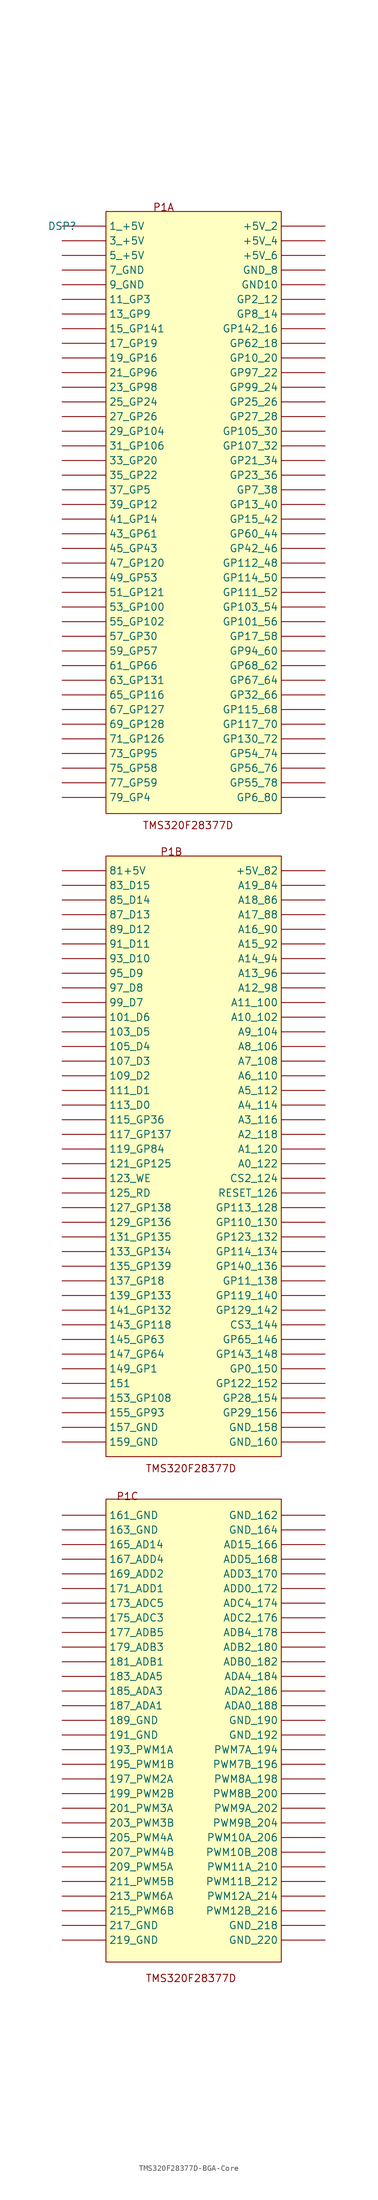
<source format=kicad_sym>
(kicad_symbol_lib
  (version 20220914)
  (generator kicad_symbol_editor)
  (symbol "TMS320F28377D-BGA-Core"
    (property "Reference" "DSP"
      (at 0 0 0)
      (effects (font (size 1.27 1.27))))
    (property "Value" ""
      (at 0 0 0)
      (effects (font (size 1.27 1.27))))
    (symbol "TMS320F28377D-BGA-Core_1_0"
      (rectangle (start 38.1 -220.726) (end 7.62 -300.99) (stroke (width 0) (type solid)) (fill (type background)))
      (rectangle (start 38.1 -109.22) (end 7.62 -213.36) (stroke (width 0) (type solid)) (fill (type background)))
      (rectangle (start 38.1 2.54) (end 7.62 -101.854) (stroke (width 0) (type solid)) (fill (type background)))
      (text "P1A" (at 15.748 2.54 0) (effects (font (size 1.27 1.27)) (justify left bottom)))
      (text "P1B" (at 17.018 -109.22 0) (effects (font (size 1.27 1.27)) (justify left bottom)))
      (text "P1C" (at 9.398 -220.98 0) (effects (font (size 1.27 1.27)) (justify left bottom)))
      (text "TMS320F28377D" (at 13.97 -104.648 0) (effects (font (size 1.27 1.27)) (justify left bottom)))
      (text "TMS320F28377D" (at 14.478 -304.546 0) (effects (font (size 1.27 1.27)) (justify left bottom)))
      (text "TMS320F28377D" (at 14.478 -216.154 0) (effects (font (size 1.27 1.27)) (justify left bottom)))
      (pin passive line (at 0 0 0) (length 7.62) (name "1_+5V" (effects (font (size 1.27 1.27)))) (number "1" (effects (font (size 0 0)))))
      (pin passive line (at 45.72 -10.16 180) (length 7.62) (name "GND10" (effects (font (size 1.27 1.27)))) (number "10" (effects (font (size 0 0)))))
      (pin passive line (at 45.72 -134.62 180) (length 7.62) (name "A11_100" (effects (font (size 1.27 1.27)))) (number "100" (effects (font (size 0 0)))))
      (pin passive line (at 0 -137.16 0) (length 7.62) (name "101_D6" (effects (font (size 1.27 1.27)))) (number "101" (effects (font (size 0 0)))))
      (pin passive line (at 45.72 -137.16 180) (length 7.62) (name "A10_102" (effects (font (size 1.27 1.27)))) (number "102" (effects (font (size 0 0)))))
      (pin passive line (at 0 -139.7 0) (length 7.62) (name "103_D5" (effects (font (size 1.27 1.27)))) (number "103" (effects (font (size 0 0)))))
      (pin passive line (at 45.72 -139.7 180) (length 7.62) (name "A9_104" (effects (font (size 1.27 1.27)))) (number "104" (effects (font (size 0 0)))))
      (pin passive line (at 0 -142.24 0) (length 7.62) (name "105_D4" (effects (font (size 1.27 1.27)))) (number "105" (effects (font (size 0 0)))))
      (pin passive line (at 45.72 -142.24 180) (length 7.62) (name "A8_106" (effects (font (size 1.27 1.27)))) (number "106" (effects (font (size 0 0)))))
      (pin passive line (at 0 -144.78 0) (length 7.62) (name "107_D3" (effects (font (size 1.27 1.27)))) (number "107" (effects (font (size 0 0)))))
      (pin passive line (at 45.72 -144.78 180) (length 7.62) (name "A7_108" (effects (font (size 1.27 1.27)))) (number "108" (effects (font (size 0 0)))))
      (pin passive line (at 0 -147.32 0) (length 7.62) (name "109_D2" (effects (font (size 1.27 1.27)))) (number "109" (effects (font (size 0 0)))))
      (pin passive line (at 0 -12.7 0) (length 7.62) (name "11_GP3" (effects (font (size 1.27 1.27)))) (number "11" (effects (font (size 0 0)))))
      (pin passive line (at 45.72 -147.32 180) (length 7.62) (name "A6_110" (effects (font (size 1.27 1.27)))) (number "110" (effects (font (size 0 0)))))
      (pin passive line (at 0 -149.86 0) (length 7.62) (name "111_D1" (effects (font (size 1.27 1.27)))) (number "111" (effects (font (size 0 0)))))
      (pin passive line (at 45.72 -149.86 180) (length 7.62) (name "A5_112" (effects (font (size 1.27 1.27)))) (number "112" (effects (font (size 0 0)))))
      (pin passive line (at 0 -152.4 0) (length 7.62) (name "113_D0" (effects (font (size 1.27 1.27)))) (number "113" (effects (font (size 0 0)))))
      (pin passive line (at 45.72 -152.4 180) (length 7.62) (name "A4_114" (effects (font (size 1.27 1.27)))) (number "114" (effects (font (size 0 0)))))
      (pin passive line (at 0 -154.94 0) (length 7.62) (name "115_GP36" (effects (font (size 1.27 1.27)))) (number "115" (effects (font (size 0 0)))))
      (pin passive line (at 45.72 -154.94 180) (length 7.62) (name "A3_116" (effects (font (size 1.27 1.27)))) (number "116" (effects (font (size 0 0)))))
      (pin passive line (at 0 -157.48 0) (length 7.62) (name "117_GP137" (effects (font (size 1.27 1.27)))) (number "117" (effects (font (size 0 0)))))
      (pin passive line (at 45.72 -157.48 180) (length 7.62) (name "A2_118" (effects (font (size 1.27 1.27)))) (number "118" (effects (font (size 0 0)))))
      (pin passive line (at 0 -160.02 0) (length 7.62) (name "119_GP84" (effects (font (size 1.27 1.27)))) (number "119" (effects (font (size 0 0)))))
      (pin passive line (at 45.72 -12.7 180) (length 7.62) (name "GP2_12" (effects (font (size 1.27 1.27)))) (number "12" (effects (font (size 0 0)))))
      (pin passive line (at 45.72 -160.02 180) (length 7.62) (name "A1_120" (effects (font (size 1.27 1.27)))) (number "120" (effects (font (size 0 0)))))
      (pin passive line (at 0 -162.56 0) (length 7.62) (name "121_GP125" (effects (font (size 1.27 1.27)))) (number "121" (effects (font (size 0 0)))))
      (pin passive line (at 45.72 -162.56 180) (length 7.62) (name "A0_122" (effects (font (size 1.27 1.27)))) (number "122" (effects (font (size 0 0)))))
      (pin passive line (at 0 -165.1 0) (length 7.62) (name "123_WE" (effects (font (size 1.27 1.27)))) (number "123" (effects (font (size 0 0)))))
      (pin passive line (at 45.72 -165.1 180) (length 7.62) (name "CS2_124" (effects (font (size 1.27 1.27)))) (number "124" (effects (font (size 0 0)))))
      (pin passive line (at 0 -167.64 0) (length 7.62) (name "125_RD" (effects (font (size 1.27 1.27)))) (number "125" (effects (font (size 0 0)))))
      (pin passive line (at 45.72 -167.64 180) (length 7.62) (name "RESET_126" (effects (font (size 1.27 1.27)))) (number "126" (effects (font (size 0 0)))))
      (pin passive line (at 0 -170.18 0) (length 7.62) (name "127_GP138" (effects (font (size 1.27 1.27)))) (number "127" (effects (font (size 0 0)))))
      (pin passive line (at 45.72 -170.18 180) (length 7.62) (name "GP113_128" (effects (font (size 1.27 1.27)))) (number "128" (effects (font (size 0 0)))))
      (pin passive line (at 0 -172.72 0) (length 7.62) (name "129_GP136" (effects (font (size 1.27 1.27)))) (number "129" (effects (font (size 0 0)))))
      (pin passive line (at 0 -15.24 0) (length 7.62) (name "13_GP9" (effects (font (size 1.27 1.27)))) (number "13" (effects (font (size 0 0)))))
      (pin passive line (at 45.72 -172.72 180) (length 7.62) (name "GP110_130" (effects (font (size 1.27 1.27)))) (number "130" (effects (font (size 0 0)))))
      (pin passive line (at 0 -175.26 0) (length 7.62) (name "131_GP135" (effects (font (size 1.27 1.27)))) (number "131" (effects (font (size 0 0)))))
      (pin passive line (at 45.72 -175.26 180) (length 7.62) (name "GP123_132" (effects (font (size 1.27 1.27)))) (number "132" (effects (font (size 0 0)))))
      (pin passive line (at 0 -177.8 0) (length 7.62) (name "133_GP134" (effects (font (size 1.27 1.27)))) (number "133" (effects (font (size 0 0)))))
      (pin passive line (at 45.72 -177.8 180) (length 7.62) (name "GP114_134" (effects (font (size 1.27 1.27)))) (number "134" (effects (font (size 0 0)))))
      (pin passive line (at 0 -180.34 0) (length 7.62) (name "135_GP139" (effects (font (size 1.27 1.27)))) (number "135" (effects (font (size 0 0)))))
      (pin passive line (at 45.72 -180.34 180) (length 7.62) (name "GP140_136" (effects (font (size 1.27 1.27)))) (number "136" (effects (font (size 0 0)))))
      (pin passive line (at 0 -182.88 0) (length 7.62) (name "137_GP18" (effects (font (size 1.27 1.27)))) (number "137" (effects (font (size 0 0)))))
      (pin passive line (at 45.72 -182.88 180) (length 7.62) (name "GP11_138" (effects (font (size 1.27 1.27)))) (number "138" (effects (font (size 0 0)))))
      (pin passive line (at 0 -185.42 0) (length 7.62) (name "139_GP133" (effects (font (size 1.27 1.27)))) (number "139" (effects (font (size 0 0)))))
      (pin passive line (at 45.72 -15.24 180) (length 7.62) (name "GP8_14" (effects (font (size 1.27 1.27)))) (number "14" (effects (font (size 0 0)))))
      (pin passive line (at 45.72 -185.42 180) (length 7.62) (name "GP119_140" (effects (font (size 1.27 1.27)))) (number "140" (effects (font (size 0 0)))))
      (pin passive line (at 0 -187.96 0) (length 7.62) (name "141_GP132" (effects (font (size 1.27 1.27)))) (number "141" (effects (font (size 0 0)))))
      (pin passive line (at 45.72 -187.96 180) (length 7.62) (name "GP129_142" (effects (font (size 1.27 1.27)))) (number "142" (effects (font (size 0 0)))))
      (pin passive line (at 0 -190.5 0) (length 7.62) (name "143_GP118" (effects (font (size 1.27 1.27)))) (number "143" (effects (font (size 0 0)))))
      (pin passive line (at 45.72 -190.5 180) (length 7.62) (name "CS3_144" (effects (font (size 1.27 1.27)))) (number "144" (effects (font (size 0 0)))))
      (pin passive line (at 0 -193.04 0) (length 7.62) (name "145_GP63" (effects (font (size 1.27 1.27)))) (number "145" (effects (font (size 0 0)))))
      (pin passive line (at 45.72 -193.04 180) (length 7.62) (name "GP65_146" (effects (font (size 1.27 1.27)))) (number "146" (effects (font (size 0 0)))))
      (pin passive line (at 0 -195.58 0) (length 7.62) (name "147_GP64" (effects (font (size 1.27 1.27)))) (number "147" (effects (font (size 0 0)))))
      (pin passive line (at 45.72 -195.58 180) (length 7.62) (name "GP143_148" (effects (font (size 1.27 1.27)))) (number "148" (effects (font (size 0 0)))))
      (pin passive line (at 0 -198.12 0) (length 7.62) (name "149_GP1" (effects (font (size 1.27 1.27)))) (number "149" (effects (font (size 0 0)))))
      (pin passive line (at 0 -17.78 0) (length 7.62) (name "15_GP141" (effects (font (size 1.27 1.27)))) (number "15" (effects (font (size 0 0)))))
      (pin passive line (at 45.72 -198.12 180) (length 7.62) (name "GP0_150" (effects (font (size 1.27 1.27)))) (number "150" (effects (font (size 0 0)))))
      (pin passive line (at 0 -200.66 0) (length 7.62) (name "151" (effects (font (size 1.27 1.27)))) (number "151" (effects (font (size 0 0)))))
      (pin passive line (at 45.72 -200.66 180) (length 7.62) (name "GP122_152" (effects (font (size 1.27 1.27)))) (number "152" (effects (font (size 0 0)))))
      (pin passive line (at 0 -203.2 0) (length 7.62) (name "153_GP108" (effects (font (size 1.27 1.27)))) (number "153" (effects (font (size 0 0)))))
      (pin passive line (at 45.72 -203.2 180) (length 7.62) (name "GP28_154" (effects (font (size 1.27 1.27)))) (number "154" (effects (font (size 0 0)))))
      (pin passive line (at 0 -205.74 0) (length 7.62) (name "155_GP93" (effects (font (size 1.27 1.27)))) (number "155" (effects (font (size 0 0)))))
      (pin passive line (at 45.72 -205.74 180) (length 7.62) (name "GP29_156" (effects (font (size 1.27 1.27)))) (number "156" (effects (font (size 0 0)))))
      (pin passive line (at 0 -208.28 0) (length 7.62) (name "157_GND" (effects (font (size 1.27 1.27)))) (number "157" (effects (font (size 0 0)))))
      (pin passive line (at 45.72 -208.28 180) (length 7.62) (name "GND_158" (effects (font (size 1.27 1.27)))) (number "158" (effects (font (size 0 0)))))
      (pin passive line (at 0 -210.82 0) (length 7.62) (name "159_GND" (effects (font (size 1.27 1.27)))) (number "159" (effects (font (size 0 0)))))
      (pin passive line (at 45.72 -17.78 180) (length 7.62) (name "GP142_16" (effects (font (size 1.27 1.27)))) (number "16" (effects (font (size 0 0)))))
      (pin passive line (at 45.72 -210.82 180) (length 7.62) (name "GND_160" (effects (font (size 1.27 1.27)))) (number "160" (effects (font (size 0 0)))))
      (pin passive line (at 0 -223.52 0) (length 7.62) (name "161_GND" (effects (font (size 1.27 1.27)))) (number "161" (effects (font (size 0 0)))))
      (pin passive line (at 45.72 -223.52 180) (length 7.62) (name "GND_162" (effects (font (size 1.27 1.27)))) (number "162" (effects (font (size 0 0)))))
      (pin passive line (at 0 -226.06 0) (length 7.62) (name "163_GND" (effects (font (size 1.27 1.27)))) (number "163" (effects (font (size 0 0)))))
      (pin passive line (at 45.72 -226.06 180) (length 7.62) (name "GND_164" (effects (font (size 1.27 1.27)))) (number "164" (effects (font (size 0 0)))))
      (pin passive line (at 0 -228.6 0) (length 7.62) (name "165_AD14" (effects (font (size 1.27 1.27)))) (number "165" (effects (font (size 0 0)))))
      (pin passive line (at 45.72 -228.6 180) (length 7.62) (name "AD15_166" (effects (font (size 1.27 1.27)))) (number "166" (effects (font (size 0 0)))))
      (pin passive line (at 0 -231.14 0) (length 7.62) (name "167_ADD4" (effects (font (size 1.27 1.27)))) (number "167" (effects (font (size 0 0)))))
      (pin passive line (at 45.72 -231.14 180) (length 7.62) (name "ADD5_168" (effects (font (size 1.27 1.27)))) (number "168" (effects (font (size 0 0)))))
      (pin passive line (at 0 -233.68 0) (length 7.62) (name "169_ADD2" (effects (font (size 1.27 1.27)))) (number "169" (effects (font (size 0 0)))))
      (pin passive line (at 0 -20.32 0) (length 7.62) (name "17_GP19" (effects (font (size 1.27 1.27)))) (number "17" (effects (font (size 0 0)))))
      (pin passive line (at 45.72 -233.68 180) (length 7.62) (name "ADD3_170" (effects (font (size 1.27 1.27)))) (number "170" (effects (font (size 0 0)))))
      (pin passive line (at 0 -236.22 0) (length 7.62) (name "171_ADD1" (effects (font (size 1.27 1.27)))) (number "171" (effects (font (size 0 0)))))
      (pin passive line (at 45.72 -236.22 180) (length 7.62) (name "ADD0_172" (effects (font (size 1.27 1.27)))) (number "172" (effects (font (size 0 0)))))
      (pin passive line (at 0 -238.76 0) (length 7.62) (name "173_ADC5" (effects (font (size 1.27 1.27)))) (number "173" (effects (font (size 0 0)))))
      (pin passive line (at 45.72 -238.76 180) (length 7.62) (name "ADC4_174" (effects (font (size 1.27 1.27)))) (number "174" (effects (font (size 0 0)))))
      (pin passive line (at 0 -241.3 0) (length 7.62) (name "175_ADC3" (effects (font (size 1.27 1.27)))) (number "175" (effects (font (size 0 0)))))
      (pin passive line (at 45.72 -241.3 180) (length 7.62) (name "ADC2_176" (effects (font (size 1.27 1.27)))) (number "176" (effects (font (size 0 0)))))
      (pin passive line (at 0 -243.84 0) (length 7.62) (name "177_ADB5" (effects (font (size 1.27 1.27)))) (number "177" (effects (font (size 0 0)))))
      (pin passive line (at 45.72 -243.84 180) (length 7.62) (name "ADB4_178" (effects (font (size 1.27 1.27)))) (number "178" (effects (font (size 0 0)))))
      (pin passive line (at 0 -246.38 0) (length 7.62) (name "179_ADB3" (effects (font (size 1.27 1.27)))) (number "179" (effects (font (size 0 0)))))
      (pin passive line (at 45.72 -20.32 180) (length 7.62) (name "GP62_18" (effects (font (size 1.27 1.27)))) (number "18" (effects (font (size 0 0)))))
      (pin passive line (at 45.72 -246.38 180) (length 7.62) (name "ADB2_180" (effects (font (size 1.27 1.27)))) (number "180" (effects (font (size 0 0)))))
      (pin passive line (at 0 -248.92 0) (length 7.62) (name "181_ADB1" (effects (font (size 1.27 1.27)))) (number "181" (effects (font (size 0 0)))))
      (pin passive line (at 45.72 -248.92 180) (length 7.62) (name "ADB0_182" (effects (font (size 1.27 1.27)))) (number "182" (effects (font (size 0 0)))))
      (pin passive line (at 0 -251.46 0) (length 7.62) (name "183_ADA5" (effects (font (size 1.27 1.27)))) (number "183" (effects (font (size 0 0)))))
      (pin passive line (at 45.72 -251.46 180) (length 7.62) (name "ADA4_184" (effects (font (size 1.27 1.27)))) (number "184" (effects (font (size 0 0)))))
      (pin passive line (at 0 -254 0) (length 7.62) (name "185_ADA3" (effects (font (size 1.27 1.27)))) (number "185" (effects (font (size 0 0)))))
      (pin passive line (at 45.72 -254 180) (length 7.62) (name "ADA2_186" (effects (font (size 1.27 1.27)))) (number "186" (effects (font (size 0 0)))))
      (pin passive line (at 0 -256.54 0) (length 7.62) (name "187_ADA1" (effects (font (size 1.27 1.27)))) (number "187" (effects (font (size 0 0)))))
      (pin passive line (at 45.72 -256.54 180) (length 7.62) (name "ADA0_188" (effects (font (size 1.27 1.27)))) (number "188" (effects (font (size 0 0)))))
      (pin passive line (at 0 -259.08 0) (length 7.62) (name "189_GND" (effects (font (size 1.27 1.27)))) (number "189" (effects (font (size 0 0)))))
      (pin passive line (at 0 -22.86 0) (length 7.62) (name "19_GP16" (effects (font (size 1.27 1.27)))) (number "19" (effects (font (size 0 0)))))
      (pin passive line (at 45.72 -259.08 180) (length 7.62) (name "GND_190" (effects (font (size 1.27 1.27)))) (number "190" (effects (font (size 0 0)))))
      (pin passive line (at 0 -261.62 0) (length 7.62) (name "191_GND" (effects (font (size 1.27 1.27)))) (number "191" (effects (font (size 0 0)))))
      (pin passive line (at 45.72 -261.62 180) (length 7.62) (name "GND_192" (effects (font (size 1.27 1.27)))) (number "192" (effects (font (size 0 0)))))
      (pin passive line (at 0 -264.16 0) (length 7.62) (name "193_PWM1A" (effects (font (size 1.27 1.27)))) (number "193" (effects (font (size 0 0)))))
      (pin passive line (at 45.72 -264.16 180) (length 7.62) (name "PWM7A_194" (effects (font (size 1.27 1.27)))) (number "194" (effects (font (size 0 0)))))
      (pin passive line (at 0 -266.7 0) (length 7.62) (name "195_PWM1B" (effects (font (size 1.27 1.27)))) (number "195" (effects (font (size 0 0)))))
      (pin passive line (at 45.72 -266.7 180) (length 7.62) (name "PWM7B_196" (effects (font (size 1.27 1.27)))) (number "196" (effects (font (size 0 0)))))
      (pin passive line (at 0 -269.24 0) (length 7.62) (name "197_PWM2A" (effects (font (size 1.27 1.27)))) (number "197" (effects (font (size 0 0)))))
      (pin passive line (at 45.72 -269.24 180) (length 7.62) (name "PWM8A_198" (effects (font (size 1.27 1.27)))) (number "198" (effects (font (size 0 0)))))
      (pin passive line (at 0 -271.78 0) (length 7.62) (name "199_PWM2B" (effects (font (size 1.27 1.27)))) (number "199" (effects (font (size 0 0)))))
      (pin passive line (at 45.72 0 180) (length 7.62) (name "+5V_2" (effects (font (size 1.27 1.27)))) (number "2" (effects (font (size 0 0)))))
      (pin passive line (at 45.72 -22.86 180) (length 7.62) (name "GP10_20" (effects (font (size 1.27 1.27)))) (number "20" (effects (font (size 0 0)))))
      (pin passive line (at 45.72 -271.78 180) (length 7.62) (name "PWM8B_200" (effects (font (size 1.27 1.27)))) (number "200" (effects (font (size 0 0)))))
      (pin passive line (at 0 -274.32 0) (length 7.62) (name "201_PWM3A" (effects (font (size 1.27 1.27)))) (number "201" (effects (font (size 0 0)))))
      (pin passive line (at 45.72 -274.32 180) (length 7.62) (name "PWM9A_202" (effects (font (size 1.27 1.27)))) (number "202" (effects (font (size 0 0)))))
      (pin passive line (at 0 -276.86 0) (length 7.62) (name "203_PWM3B" (effects (font (size 1.27 1.27)))) (number "203" (effects (font (size 0 0)))))
      (pin passive line (at 45.72 -276.86 180) (length 7.62) (name "PWM9B_204" (effects (font (size 1.27 1.27)))) (number "204" (effects (font (size 0 0)))))
      (pin passive line (at 0 -279.4 0) (length 7.62) (name "205_PWM4A" (effects (font (size 1.27 1.27)))) (number "205" (effects (font (size 0 0)))))
      (pin passive line (at 45.72 -279.4 180) (length 7.62) (name "PWM10A_206" (effects (font (size 1.27 1.27)))) (number "206" (effects (font (size 0 0)))))
      (pin passive line (at 0 -281.94 0) (length 7.62) (name "207_PWM4B" (effects (font (size 1.27 1.27)))) (number "207" (effects (font (size 0 0)))))
      (pin passive line (at 45.72 -281.94 180) (length 7.62) (name "PWM10B_208" (effects (font (size 1.27 1.27)))) (number "208" (effects (font (size 0 0)))))
      (pin passive line (at 0 -284.48 0) (length 7.62) (name "209_PWM5A" (effects (font (size 1.27 1.27)))) (number "209" (effects (font (size 0 0)))))
      (pin passive line (at 0 -25.4 0) (length 7.62) (name "21_GP96" (effects (font (size 1.27 1.27)))) (number "21" (effects (font (size 0 0)))))
      (pin passive line (at 45.72 -284.48 180) (length 7.62) (name "PWM11A_210" (effects (font (size 1.27 1.27)))) (number "210" (effects (font (size 0 0)))))
      (pin passive line (at 0 -287.02 0) (length 7.62) (name "211_PWM5B" (effects (font (size 1.27 1.27)))) (number "211" (effects (font (size 0 0)))))
      (pin passive line (at 45.72 -287.02 180) (length 7.62) (name "PWM11B_212" (effects (font (size 1.27 1.27)))) (number "212" (effects (font (size 0 0)))))
      (pin passive line (at 0 -289.56 0) (length 7.62) (name "213_PWM6A" (effects (font (size 1.27 1.27)))) (number "213" (effects (font (size 0 0)))))
      (pin passive line (at 45.72 -289.56 180) (length 7.62) (name "PWM12A_214" (effects (font (size 1.27 1.27)))) (number "214" (effects (font (size 0 0)))))
      (pin passive line (at 0 -292.1 0) (length 7.62) (name "215_PWM6B" (effects (font (size 1.27 1.27)))) (number "215" (effects (font (size 0 0)))))
      (pin passive line (at 45.72 -292.1 180) (length 7.62) (name "PWM12B_216" (effects (font (size 1.27 1.27)))) (number "216" (effects (font (size 0 0)))))
      (pin passive line (at 0 -294.64 0) (length 7.62) (name "217_GND" (effects (font (size 1.27 1.27)))) (number "217" (effects (font (size 0 0)))))
      (pin passive line (at 45.72 -294.64 180) (length 7.62) (name "GND_218" (effects (font (size 1.27 1.27)))) (number "218" (effects (font (size 0 0)))))
      (pin passive line (at 0 -297.18 0) (length 7.62) (name "219_GND" (effects (font (size 1.27 1.27)))) (number "219" (effects (font (size 0 0)))))
      (pin passive line (at 45.72 -25.4 180) (length 7.62) (name "GP97_22" (effects (font (size 1.27 1.27)))) (number "22" (effects (font (size 0 0)))))
      (pin passive line (at 45.72 -297.18 180) (length 7.62) (name "GND_220" (effects (font (size 1.27 1.27)))) (number "220" (effects (font (size 0 0)))))
      (pin passive line (at 0 -27.94 0) (length 7.62) (name "23_GP98" (effects (font (size 1.27 1.27)))) (number "23" (effects (font (size 0 0)))))
      (pin passive line (at 45.72 -27.94 180) (length 7.62) (name "GP99_24" (effects (font (size 1.27 1.27)))) (number "24" (effects (font (size 0 0)))))
      (pin passive line (at 0 -30.48 0) (length 7.62) (name "25_GP24" (effects (font (size 1.27 1.27)))) (number "25" (effects (font (size 0 0)))))
      (pin passive line (at 45.72 -30.48 180) (length 7.62) (name "GP25_26" (effects (font (size 1.27 1.27)))) (number "26" (effects (font (size 0 0)))))
      (pin passive line (at 0 -33.02 0) (length 7.62) (name "27_GP26" (effects (font (size 1.27 1.27)))) (number "27" (effects (font (size 0 0)))))
      (pin passive line (at 45.72 -33.02 180) (length 7.62) (name "GP27_28" (effects (font (size 1.27 1.27)))) (number "28" (effects (font (size 0 0)))))
      (pin passive line (at 0 -35.56 0) (length 7.62) (name "29_GP104" (effects (font (size 1.27 1.27)))) (number "29" (effects (font (size 0 0)))))
      (pin passive line (at 0 -2.54 0) (length 7.62) (name "3_+5V" (effects (font (size 1.27 1.27)))) (number "3" (effects (font (size 0 0)))))
      (pin passive line (at 45.72 -35.56 180) (length 7.62) (name "GP105_30" (effects (font (size 1.27 1.27)))) (number "30" (effects (font (size 0 0)))))
      (pin passive line (at 0 -38.1 0) (length 7.62) (name "31_GP106" (effects (font (size 1.27 1.27)))) (number "31" (effects (font (size 0 0)))))
      (pin passive line (at 45.72 -38.1 180) (length 7.62) (name "GP107_32" (effects (font (size 1.27 1.27)))) (number "32" (effects (font (size 0 0)))))
      (pin passive line (at 0 -40.64 0) (length 7.62) (name "33_GP20" (effects (font (size 1.27 1.27)))) (number "33" (effects (font (size 0 0)))))
      (pin passive line (at 45.72 -40.64 180) (length 7.62) (name "GP21_34" (effects (font (size 1.27 1.27)))) (number "34" (effects (font (size 0 0)))))
      (pin passive line (at 0 -43.18 0) (length 7.62) (name "35_GP22" (effects (font (size 1.27 1.27)))) (number "35" (effects (font (size 0 0)))))
      (pin passive line (at 45.72 -43.18 180) (length 7.62) (name "GP23_36" (effects (font (size 1.27 1.27)))) (number "36" (effects (font (size 0 0)))))
      (pin passive line (at 0 -45.72 0) (length 7.62) (name "37_GP5" (effects (font (size 1.27 1.27)))) (number "37" (effects (font (size 0 0)))))
      (pin passive line (at 45.72 -45.72 180) (length 7.62) (name "GP7_38" (effects (font (size 1.27 1.27)))) (number "38" (effects (font (size 0 0)))))
      (pin passive line (at 0 -48.26 0) (length 7.62) (name "39_GP12" (effects (font (size 1.27 1.27)))) (number "39" (effects (font (size 0 0)))))
      (pin passive line (at 45.72 -2.54 180) (length 7.62) (name "+5V_4" (effects (font (size 1.27 1.27)))) (number "4" (effects (font (size 0 0)))))
      (pin passive line (at 45.72 -48.26 180) (length 7.62) (name "GP13_40" (effects (font (size 1.27 1.27)))) (number "40" (effects (font (size 0 0)))))
      (pin passive line (at 0 -50.8 0) (length 7.62) (name "41_GP14" (effects (font (size 1.27 1.27)))) (number "41" (effects (font (size 0 0)))))
      (pin passive line (at 45.72 -50.8 180) (length 7.62) (name "GP15_42" (effects (font (size 1.27 1.27)))) (number "42" (effects (font (size 0 0)))))
      (pin passive line (at 0 -53.34 0) (length 7.62) (name "43_GP61" (effects (font (size 1.27 1.27)))) (number "43" (effects (font (size 0 0)))))
      (pin passive line (at 45.72 -53.34 180) (length 7.62) (name "GP60_44" (effects (font (size 1.27 1.27)))) (number "44" (effects (font (size 0 0)))))
      (pin passive line (at 0 -55.88 0) (length 7.62) (name "45_GP43" (effects (font (size 1.27 1.27)))) (number "45" (effects (font (size 0 0)))))
      (pin passive line (at 45.72 -55.88 180) (length 7.62) (name "GP42_46" (effects (font (size 1.27 1.27)))) (number "46" (effects (font (size 0 0)))))
      (pin passive line (at 0 -58.42 0) (length 7.62) (name "47_GP120" (effects (font (size 1.27 1.27)))) (number "47" (effects (font (size 0 0)))))
      (pin passive line (at 45.72 -58.42 180) (length 7.62) (name "GP112_48" (effects (font (size 1.27 1.27)))) (number "48" (effects (font (size 0 0)))))
      (pin passive line (at 0 -60.96 0) (length 7.62) (name "49_GP53" (effects (font (size 1.27 1.27)))) (number "49" (effects (font (size 0 0)))))
      (pin passive line (at 0 -5.08 0) (length 7.62) (name "5_+5V" (effects (font (size 1.27 1.27)))) (number "5" (effects (font (size 0 0)))))
      (pin passive line (at 45.72 -60.96 180) (length 7.62) (name "GP114_50" (effects (font (size 1.27 1.27)))) (number "50" (effects (font (size 0 0)))))
      (pin passive line (at 0 -63.5 0) (length 7.62) (name "51_GP121" (effects (font (size 1.27 1.27)))) (number "51" (effects (font (size 0 0)))))
      (pin passive line (at 45.72 -63.5 180) (length 7.62) (name "GP111_52" (effects (font (size 1.27 1.27)))) (number "52" (effects (font (size 0 0)))))
      (pin passive line (at 0 -66.04 0) (length 7.62) (name "53_GP100" (effects (font (size 1.27 1.27)))) (number "53" (effects (font (size 0 0)))))
      (pin passive line (at 45.72 -66.04 180) (length 7.62) (name "GP103_54" (effects (font (size 1.27 1.27)))) (number "54" (effects (font (size 0 0)))))
      (pin passive line (at 0 -68.58 0) (length 7.62) (name "55_GP102" (effects (font (size 1.27 1.27)))) (number "55" (effects (font (size 0 0)))))
      (pin passive line (at 45.72 -68.58 180) (length 7.62) (name "GP101_56" (effects (font (size 1.27 1.27)))) (number "56" (effects (font (size 0 0)))))
      (pin passive line (at 0 -71.12 0) (length 7.62) (name "57_GP30" (effects (font (size 1.27 1.27)))) (number "57" (effects (font (size 0 0)))))
      (pin passive line (at 45.72 -71.12 180) (length 7.62) (name "GP17_58" (effects (font (size 1.27 1.27)))) (number "58" (effects (font (size 0 0)))))
      (pin passive line (at 0 -73.66 0) (length 7.62) (name "59_GP57" (effects (font (size 1.27 1.27)))) (number "59" (effects (font (size 0 0)))))
      (pin passive line (at 45.72 -5.08 180) (length 7.62) (name "+5V_6" (effects (font (size 1.27 1.27)))) (number "6" (effects (font (size 0 0)))))
      (pin passive line (at 45.72 -73.66 180) (length 7.62) (name "GP94_60" (effects (font (size 1.27 1.27)))) (number "60" (effects (font (size 0 0)))))
      (pin passive line (at 0 -76.2 0) (length 7.62) (name "61_GP66" (effects (font (size 1.27 1.27)))) (number "61" (effects (font (size 0 0)))))
      (pin passive line (at 45.72 -76.2 180) (length 7.62) (name "GP68_62" (effects (font (size 1.27 1.27)))) (number "62" (effects (font (size 0 0)))))
      (pin passive line (at 0 -78.74 0) (length 7.62) (name "63_GP131" (effects (font (size 1.27 1.27)))) (number "63" (effects (font (size 0 0)))))
      (pin passive line (at 45.72 -78.74 180) (length 7.62) (name "GP67_64" (effects (font (size 1.27 1.27)))) (number "64" (effects (font (size 0 0)))))
      (pin passive line (at 0 -81.28 0) (length 7.62) (name "65_GP116" (effects (font (size 1.27 1.27)))) (number "65" (effects (font (size 0 0)))))
      (pin passive line (at 45.72 -81.28 180) (length 7.62) (name "GP32_66" (effects (font (size 1.27 1.27)))) (number "66" (effects (font (size 0 0)))))
      (pin passive line (at 0 -83.82 0) (length 7.62) (name "67_GP127" (effects (font (size 1.27 1.27)))) (number "67" (effects (font (size 0 0)))))
      (pin passive line (at 45.72 -83.82 180) (length 7.62) (name "GP115_68" (effects (font (size 1.27 1.27)))) (number "68" (effects (font (size 0 0)))))
      (pin passive line (at 0 -86.36 0) (length 7.62) (name "69_GP128" (effects (font (size 1.27 1.27)))) (number "69" (effects (font (size 0 0)))))
      (pin passive line (at 0 -7.62 0) (length 7.62) (name "7_GND" (effects (font (size 1.27 1.27)))) (number "7" (effects (font (size 0 0)))))
      (pin passive line (at 45.72 -86.36 180) (length 7.62) (name "GP117_70" (effects (font (size 1.27 1.27)))) (number "70" (effects (font (size 0 0)))))
      (pin passive line (at 0 -88.9 0) (length 7.62) (name "71_GP126" (effects (font (size 1.27 1.27)))) (number "71" (effects (font (size 0 0)))))
      (pin passive line (at 45.72 -88.9 180) (length 7.62) (name "GP130_72" (effects (font (size 1.27 1.27)))) (number "72" (effects (font (size 0 0)))))
      (pin passive line (at 0 -91.44 0) (length 7.62) (name "73_GP95" (effects (font (size 1.27 1.27)))) (number "73" (effects (font (size 0 0)))))
      (pin passive line (at 45.72 -91.44 180) (length 7.62) (name "GP54_74" (effects (font (size 1.27 1.27)))) (number "74" (effects (font (size 0 0)))))
      (pin passive line (at 0 -93.98 0) (length 7.62) (name "75_GP58" (effects (font (size 1.27 1.27)))) (number "75" (effects (font (size 0 0)))))
      (pin passive line (at 45.72 -93.98 180) (length 7.62) (name "GP56_76" (effects (font (size 1.27 1.27)))) (number "76" (effects (font (size 0 0)))))
      (pin passive line (at 0 -96.52 0) (length 7.62) (name "77_GP59" (effects (font (size 1.27 1.27)))) (number "77" (effects (font (size 0 0)))))
      (pin passive line (at 45.72 -96.52 180) (length 7.62) (name "GP55_78" (effects (font (size 1.27 1.27)))) (number "78" (effects (font (size 0 0)))))
      (pin passive line (at 0 -99.06 0) (length 7.62) (name "79_GP4" (effects (font (size 1.27 1.27)))) (number "79" (effects (font (size 0 0)))))
      (pin passive line (at 45.72 -7.62 180) (length 7.62) (name "GND_8" (effects (font (size 1.27 1.27)))) (number "8" (effects (font (size 0 0)))))
      (pin passive line (at 45.72 -99.06 180) (length 7.62) (name "GP6_80" (effects (font (size 1.27 1.27)))) (number "80" (effects (font (size 0 0)))))
      (pin passive line (at 0 -111.76 0) (length 7.62) (name "81+5V" (effects (font (size 1.27 1.27)))) (number "81" (effects (font (size 0 0)))))
      (pin passive line (at 45.72 -111.76 180) (length 7.62) (name "+5V_82" (effects (font (size 1.27 1.27)))) (number "82" (effects (font (size 0 0)))))
      (pin passive line (at 0 -114.3 0) (length 7.62) (name "83_D15" (effects (font (size 1.27 1.27)))) (number "83" (effects (font (size 0 0)))))
      (pin passive line (at 45.72 -114.3 180) (length 7.62) (name "A19_84" (effects (font (size 1.27 1.27)))) (number "84" (effects (font (size 0 0)))))
      (pin passive line (at 0 -116.84 0) (length 7.62) (name "85_D14" (effects (font (size 1.27 1.27)))) (number "85" (effects (font (size 0 0)))))
      (pin passive line (at 45.72 -116.84 180) (length 7.62) (name "A18_86" (effects (font (size 1.27 1.27)))) (number "86" (effects (font (size 0 0)))))
      (pin passive line (at 0 -119.38 0) (length 7.62) (name "87_D13" (effects (font (size 1.27 1.27)))) (number "87" (effects (font (size 0 0)))))
      (pin passive line (at 45.72 -119.38 180) (length 7.62) (name "A17_88" (effects (font (size 1.27 1.27)))) (number "88" (effects (font (size 0 0)))))
      (pin passive line (at 0 -121.92 0) (length 7.62) (name "89_D12" (effects (font (size 1.27 1.27)))) (number "89" (effects (font (size 0 0)))))
      (pin passive line (at 0 -10.16 0) (length 7.62) (name "9_GND" (effects (font (size 1.27 1.27)))) (number "9" (effects (font (size 0 0)))))
      (pin passive line (at 45.72 -121.92 180) (length 7.62) (name "A16_90" (effects (font (size 1.27 1.27)))) (number "90" (effects (font (size 0 0)))))
      (pin passive line (at 0 -124.46 0) (length 7.62) (name "91_D11" (effects (font (size 1.27 1.27)))) (number "91" (effects (font (size 0 0)))))
      (pin passive line (at 45.72 -124.46 180) (length 7.62) (name "A15_92" (effects (font (size 1.27 1.27)))) (number "92" (effects (font (size 0 0)))))
      (pin passive line (at 0 -127 0) (length 7.62) (name "93_D10" (effects (font (size 1.27 1.27)))) (number "93" (effects (font (size 0 0)))))
      (pin passive line (at 45.72 -127 180) (length 7.62) (name "A14_94" (effects (font (size 1.27 1.27)))) (number "94" (effects (font (size 0 0)))))
      (pin passive line (at 0 -129.54 0) (length 7.62) (name "95_D9" (effects (font (size 1.27 1.27)))) (number "95" (effects (font (size 0 0)))))
      (pin passive line (at 45.72 -129.54 180) (length 7.62) (name "A13_96" (effects (font (size 1.27 1.27)))) (number "96" (effects (font (size 0 0)))))
      (pin passive line (at 0 -132.08 0) (length 7.62) (name "97_D8" (effects (font (size 1.27 1.27)))) (number "97" (effects (font (size 0 0)))))
      (pin passive line (at 45.72 -132.08 180) (length 7.62) (name "A12_98" (effects (font (size 1.27 1.27)))) (number "98" (effects (font (size 0 0)))))
      (pin passive line (at 0 -134.62 0) (length 7.62) (name "99_D7" (effects (font (size 1.27 1.27)))) (number "99" (effects (font (size 0 0))))))))
</source>
